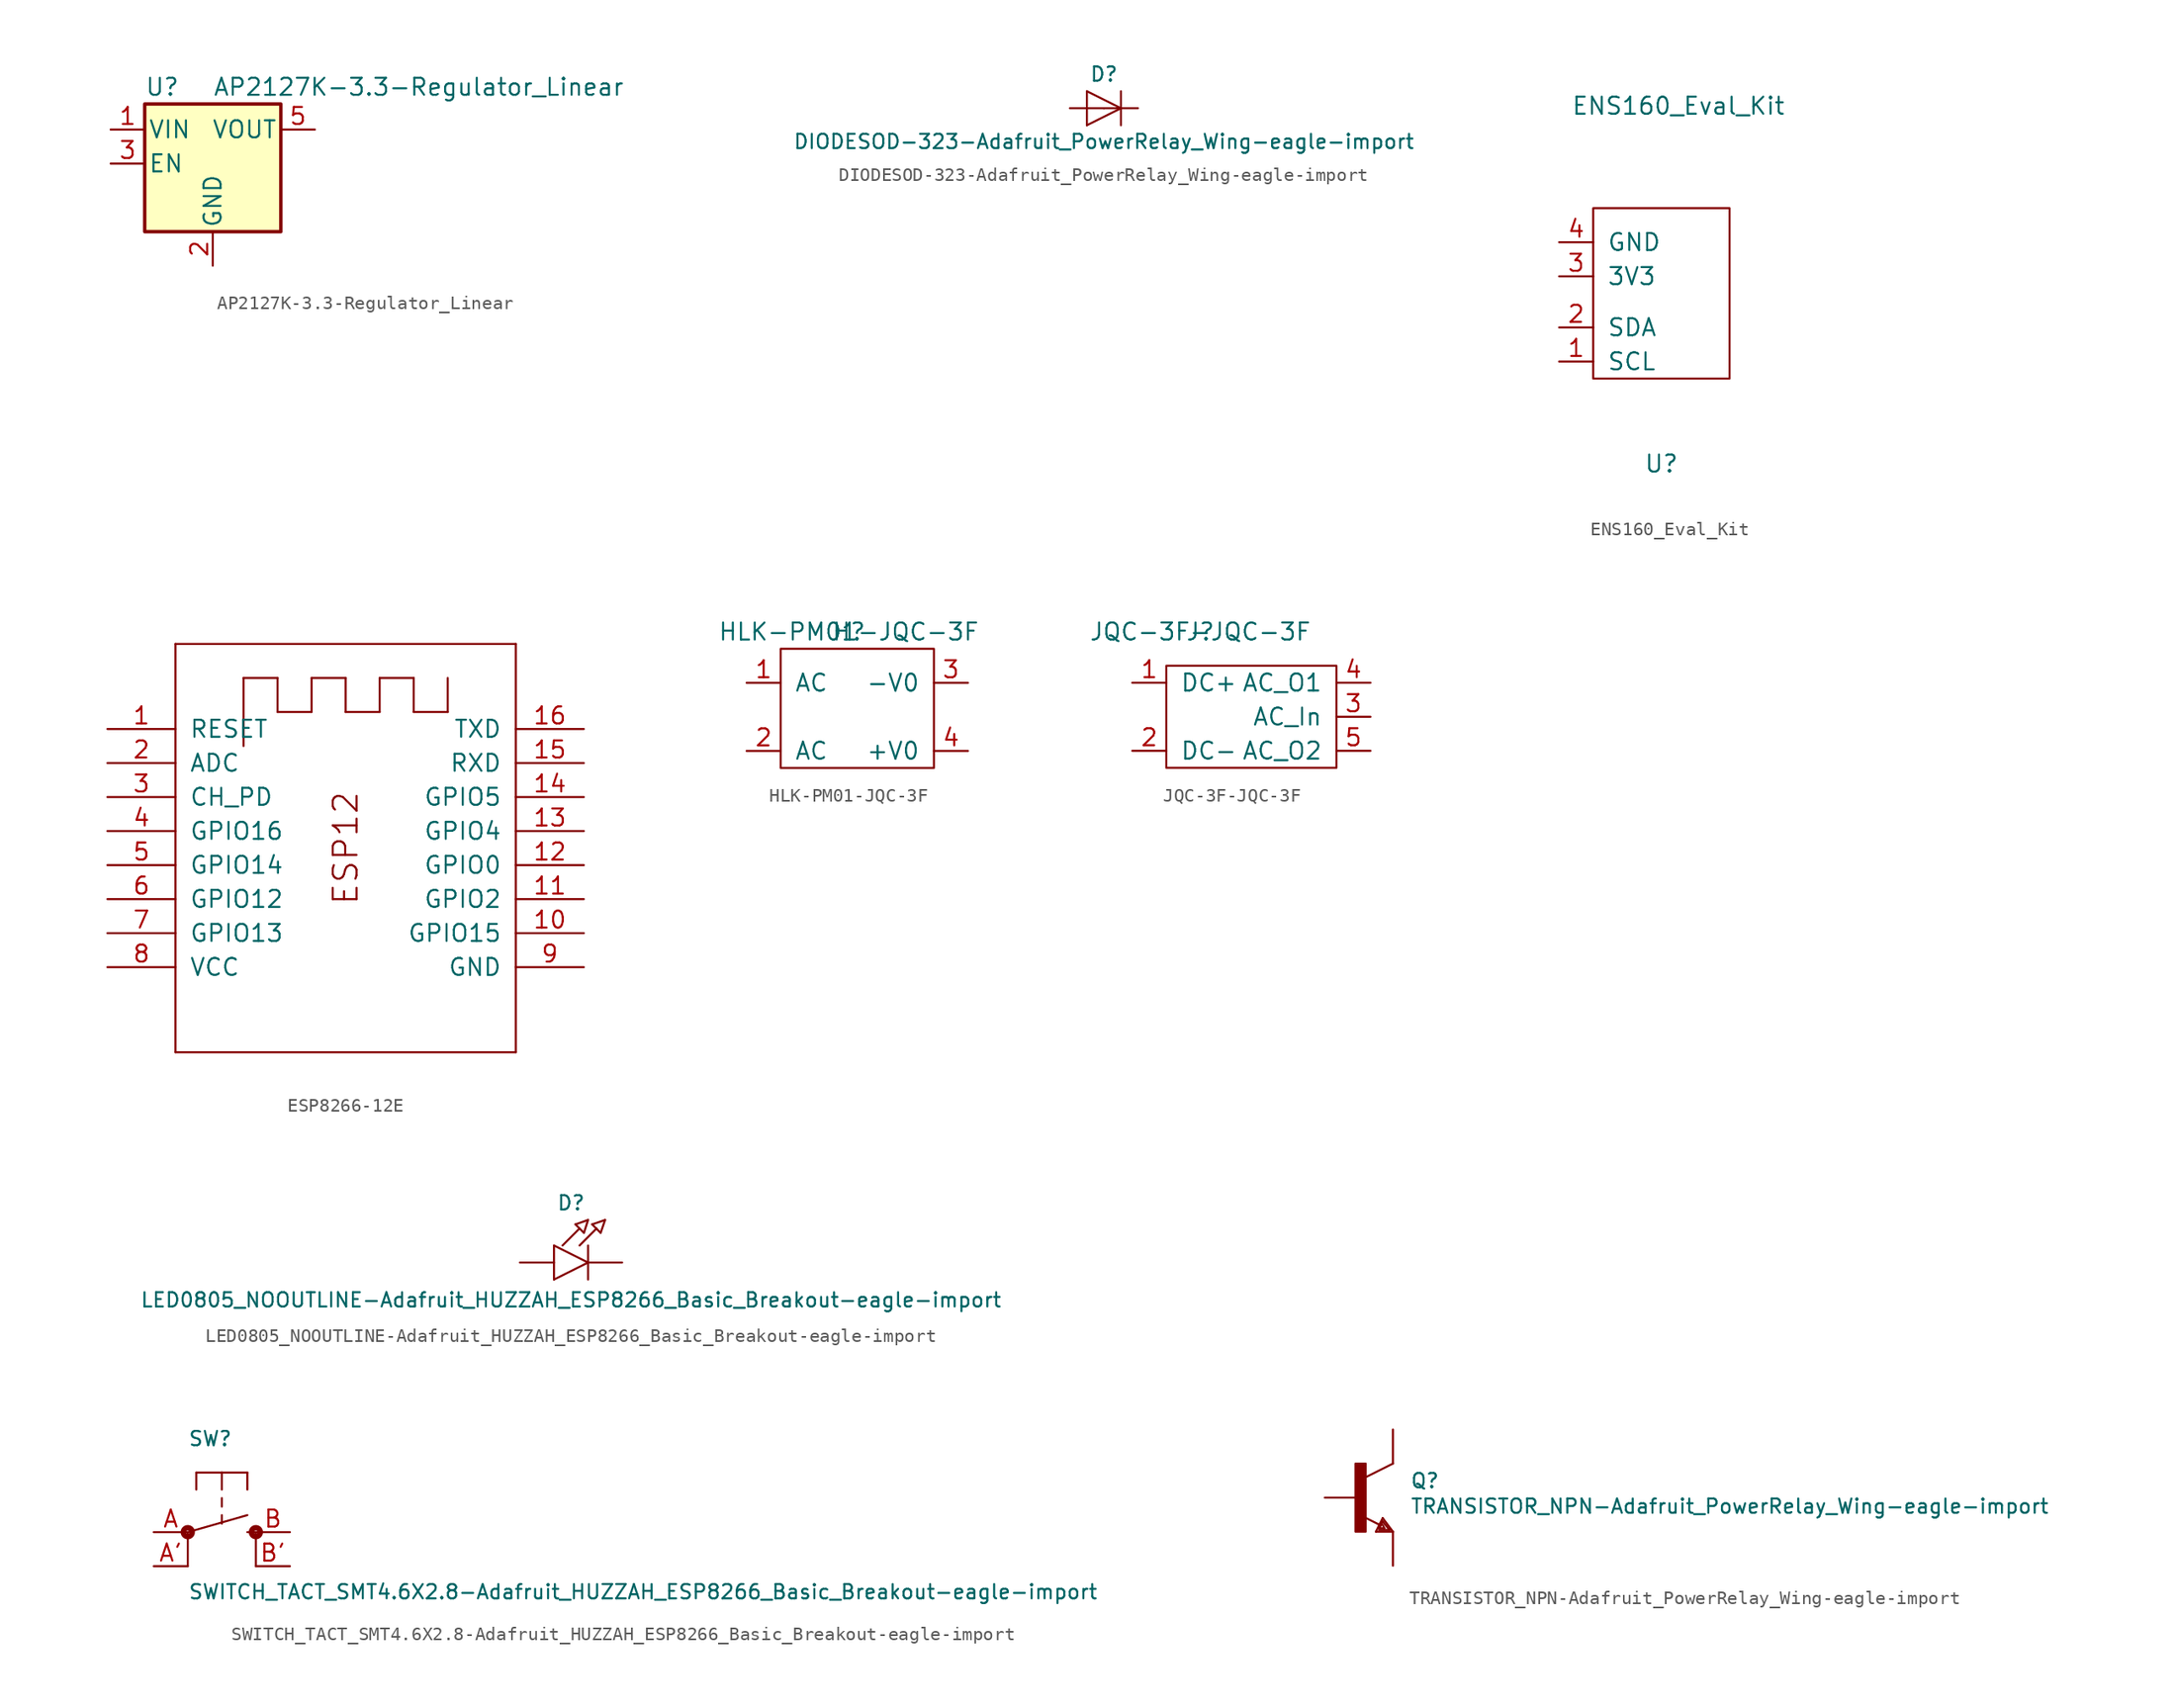
<source format=kicad_sym>
(kicad_symbol_lib
  (version 20220914)
  (generator kicad_symbol_editor)
  (symbol "AP2127K-3.3-Regulator_Linear"
    (pin_names
      (offset 0.254))
    (property "Reference" "U"
      (at -5.08 5.715 0)
      (effects (font (size 1.27 1.27)) (justify left)))
    (property "Value" "AP2127K-3.3-Regulator_Linear"
      (at 0 5.715 0)
      (effects (font (size 1.27 1.27)) (justify left)))
    (symbol "AP2127K-3.3-Regulator_Linear_0_1"
      (rectangle (start -5.08 4.445) (end 5.08 -5.08) (stroke (width 0.254) (type solid)) (fill (type background))))
    (symbol "AP2127K-3.3-Regulator_Linear_1_1"
      (pin power_in line (at -7.62 2.54 0) (length 2.54) (name "VIN" (effects (font (size 1.27 1.27)))) (number "1" (effects (font (size 1.27 1.27)))))
      (pin power_in line (at 0 -7.62 90) (length 2.54) (name "GND" (effects (font (size 1.27 1.27)))) (number "2" (effects (font (size 1.27 1.27)))))
      (pin input line (at -7.62 0 0) (length 2.54) (name "EN" (effects (font (size 1.27 1.27)))) (number "3" (effects (font (size 1.27 1.27)))))
      (pin no_connect line (at 7.62 0 180) (length 2.54) hide (name "NC" (effects (font (size 1.27 1.27)))) (number "4" (effects (font (size 1.27 1.27)))))
      (pin power_out line (at 7.62 2.54 180) (length 2.54) (name "VOUT" (effects (font (size 1.27 1.27)))) (number "5" (effects (font (size 1.27 1.27)))))))
  (symbol "DIODESOD-323-Adafruit_PowerRelay_Wing-eagle-import"
    (pin_names
      (offset 1.016))
    (property "Reference" "D"
      (at 0 2.54 0)
      (effects (font (size 1.067 1.067))))
    (property "Value" "DIODESOD-323-Adafruit_PowerRelay_Wing-eagle-import"
      (at 0 -2.489 0)
      (effects (font (size 1.067 1.067))))
    (property "ki_locked" ""
      (at 0 0 0)
      (effects (font (size 1.27 1.27))))
    (symbol "DIODESOD-323-Adafruit_PowerRelay_Wing-eagle-import_1_0"
      (polyline (pts (xy -1.27 -1.27) (xy 1.27 0)) (stroke (width 0) (type solid)) (fill (type none)))
      (polyline (pts (xy -1.27 1.27) (xy -1.27 -1.27)) (stroke (width 0) (type solid)) (fill (type none)))
      (polyline (pts (xy 1.27 0) (xy -1.27 1.27)) (stroke (width 0) (type solid)) (fill (type none)))
      (polyline (pts (xy 1.27 0) (xy 1.27 -1.27)) (stroke (width 0) (type solid)) (fill (type none)))
      (polyline (pts (xy 1.27 1.27) (xy 1.27 0)) (stroke (width 0) (type solid)) (fill (type none)))
      (pin passive line (at -2.54 0 0) (length 2.54) (name "A" (effects (font (size 0 0)))) (number "A" (effects (font (size 0 0)))))
      (pin passive line (at 2.54 0 180) (length 2.54) (name "C" (effects (font (size 0 0)))) (number "C" (effects (font (size 0 0)))))))
  (symbol "ENS160_Eval_Kit"
    (pin_names
      (offset 1.016))
    (property "Reference" "U"
      (at 0 -12.7 0)
      (effects (font (size 1.27 1.27))))
    (property "Value" "ENS160_Eval_Kit"
      (at 1.27 13.97 0)
      (effects (font (size 1.27 1.27))))
    (symbol "ENS160_Eval_Kit_0_1"
      (rectangle (start -5.08 -6.35) (end 5.08 6.35) (stroke (width 0) (type solid)) (fill (type none))))
    (symbol "ENS160_Eval_Kit_1_1"
      (pin bidirectional line (at -7.62 -5.08 0) (length 2.54) (name "SCL" (effects (font (size 1.27 1.27)))) (number "1" (effects (font (size 1.27 1.27)))))
      (pin bidirectional line (at -7.62 -2.54 0) (length 2.54) (name "SDA" (effects (font (size 1.27 1.27)))) (number "2" (effects (font (size 1.27 1.27)))))
      (pin bidirectional line (at -7.62 1.27 0) (length 2.54) (name "3V3" (effects (font (size 1.27 1.27)))) (number "3" (effects (font (size 1.27 1.27)))))
      (pin bidirectional line (at -7.62 3.81 0) (length 2.54) (name "GND" (effects (font (size 1.27 1.27)))) (number "4" (effects (font (size 1.27 1.27)))))))
  (symbol "ESP8266-12E"
    (pin_names
      (offset 1.016))
    (property "Reference" "X"
      (at 0 0 0)
      (effects (font (size 1.27 1.27)) hide))
    (property "ki_locked" ""
      (at 0 0 0)
      (effects (font (size 1.27 1.27))))
    (symbol "ESP8266-12E_1_0"
      (polyline (pts (xy -12.7 -15.24) (xy -12.7 15.24)) (stroke (width 0) (type solid)) (fill (type none)))
      (polyline (pts (xy -12.7 15.24) (xy 12.7 15.24)) (stroke (width 0) (type solid)) (fill (type none)))
      (polyline (pts (xy -7.62 7.62) (xy -7.62 12.7)) (stroke (width 0) (type solid)) (fill (type none)))
      (polyline (pts (xy -7.62 12.7) (xy -5.08 12.7)) (stroke (width 0) (type solid)) (fill (type none)))
      (polyline (pts (xy -5.08 10.16) (xy -2.54 10.16)) (stroke (width 0) (type solid)) (fill (type none)))
      (polyline (pts (xy -5.08 12.7) (xy -5.08 10.16)) (stroke (width 0) (type solid)) (fill (type none)))
      (polyline (pts (xy -2.54 10.16) (xy -2.54 12.7)) (stroke (width 0) (type solid)) (fill (type none)))
      (polyline (pts (xy -2.54 12.7) (xy 0 12.7)) (stroke (width 0) (type solid)) (fill (type none)))
      (polyline (pts (xy 0 10.16) (xy 2.54 10.16)) (stroke (width 0) (type solid)) (fill (type none)))
      (polyline (pts (xy 0 12.7) (xy 0 10.16)) (stroke (width 0) (type solid)) (fill (type none)))
      (polyline (pts (xy 2.54 10.16) (xy 2.54 12.7)) (stroke (width 0) (type solid)) (fill (type none)))
      (polyline (pts (xy 2.54 12.7) (xy 5.08 12.7)) (stroke (width 0) (type solid)) (fill (type none)))
      (polyline (pts (xy 5.08 10.16) (xy 7.62 10.16)) (stroke (width 0) (type solid)) (fill (type none)))
      (polyline (pts (xy 5.08 12.7) (xy 5.08 10.16)) (stroke (width 0) (type solid)) (fill (type none)))
      (polyline (pts (xy 7.62 10.16) (xy 7.62 12.7)) (stroke (width 0) (type solid)) (fill (type none)))
      (polyline (pts (xy 12.7 -15.24) (xy -12.7 -15.24)) (stroke (width 0) (type solid)) (fill (type none)))
      (polyline (pts (xy 12.7 15.24) (xy 12.7 -15.24)) (stroke (width 0) (type solid)) (fill (type none)))
      (text "ESP12" (at 0 0 900) (effects (font (size 1.778 1.778))))
      (pin input line (at -17.78 8.89 0) (length 5.08) (name "RESET" (effects (font (size 1.27 1.27)))) (number "1" (effects (font (size 1.27 1.27)))))
      (pin bidirectional line (at 17.78 -6.35 180) (length 5.08) (name "GPIO15" (effects (font (size 1.27 1.27)))) (number "10" (effects (font (size 1.27 1.27)))))
      (pin bidirectional line (at 17.78 -3.81 180) (length 5.08) (name "GPIO2" (effects (font (size 1.27 1.27)))) (number "11" (effects (font (size 1.27 1.27)))))
      (pin bidirectional line (at 17.78 -1.27 180) (length 5.08) (name "GPIO0" (effects (font (size 1.27 1.27)))) (number "12" (effects (font (size 1.27 1.27)))))
      (pin bidirectional line (at 17.78 1.27 180) (length 5.08) (name "GPIO4" (effects (font (size 1.27 1.27)))) (number "13" (effects (font (size 1.27 1.27)))))
      (pin bidirectional line (at 17.78 3.81 180) (length 5.08) (name "GPIO5" (effects (font (size 1.27 1.27)))) (number "14" (effects (font (size 1.27 1.27)))))
      (pin input line (at 17.78 6.35 180) (length 5.08) (name "RXD" (effects (font (size 1.27 1.27)))) (number "15" (effects (font (size 1.27 1.27)))))
      (pin output line (at 17.78 8.89 180) (length 5.08) (name "TXD" (effects (font (size 1.27 1.27)))) (number "16" (effects (font (size 1.27 1.27)))))
      (pin passive line (at -17.78 6.35 0) (length 5.08) (name "ADC" (effects (font (size 1.27 1.27)))) (number "2" (effects (font (size 1.27 1.27)))))
      (pin input line (at -17.78 3.81 0) (length 5.08) (name "CH_PD" (effects (font (size 1.27 1.27)))) (number "3" (effects (font (size 1.27 1.27)))))
      (pin bidirectional line (at -17.78 1.27 0) (length 5.08) (name "GPIO16" (effects (font (size 1.27 1.27)))) (number "4" (effects (font (size 1.27 1.27)))))
      (pin bidirectional line (at -17.78 -1.27 0) (length 5.08) (name "GPIO14" (effects (font (size 1.27 1.27)))) (number "5" (effects (font (size 1.27 1.27)))))
      (pin bidirectional line (at -17.78 -3.81 0) (length 5.08) (name "GPIO12" (effects (font (size 1.27 1.27)))) (number "6" (effects (font (size 1.27 1.27)))))
      (pin bidirectional line (at -17.78 -6.35 0) (length 5.08) (name "GPIO13" (effects (font (size 1.27 1.27)))) (number "7" (effects (font (size 1.27 1.27)))))
      (pin power_in line (at -17.78 -8.89 0) (length 5.08) (name "VCC" (effects (font (size 1.27 1.27)))) (number "8" (effects (font (size 1.27 1.27)))))
      (pin power_in line (at 17.78 -8.89 180) (length 5.08) (name "GND" (effects (font (size 1.27 1.27)))) (number "9" (effects (font (size 1.27 1.27)))))))
  (symbol "HLK-PM01-JQC-3F"
    (pin_names
      (offset 1.016))
    (property "Reference" "H"
      (at 0 0 0)
      (effects (font (size 1.27 1.27))))
    (property "Value" "HLK-PM01-JQC-3F"
      (at 0 0 0)
      (effects (font (size 1.27 1.27))))
    (symbol "HLK-PM01-JQC-3F_0_1"
      (rectangle (start -5.08 -1.27) (end 6.35 -10.16) (stroke (width 0) (type solid)) (fill (type none))))
    (symbol "HLK-PM01-JQC-3F_1_1"
      (pin input line (at -7.62 -3.81 0) (length 2.54) (name "AC" (effects (font (size 1.27 1.27)))) (number "1" (effects (font (size 1.27 1.27)))))
      (pin input line (at -7.62 -8.89 0) (length 2.54) (name "AC" (effects (font (size 1.27 1.27)))) (number "2" (effects (font (size 1.27 1.27)))))
      (pin output line (at 8.89 -3.81 180) (length 2.54) (name "-V0" (effects (font (size 1.27 1.27)))) (number "3" (effects (font (size 1.27 1.27)))))
      (pin output line (at 8.89 -8.89 180) (length 2.54) (name "+V0" (effects (font (size 1.27 1.27)))) (number "4" (effects (font (size 1.27 1.27)))))))
  (symbol "JQC-3F-JQC-3F"
    (pin_names
      (offset 1.016))
    (property "Reference" "J"
      (at 0 0 0)
      (effects (font (size 1.27 1.27))))
    (property "Value" "JQC-3F-JQC-3F"
      (at 0 0 0)
      (effects (font (size 1.27 1.27))))
    (symbol "JQC-3F-JQC-3F_0_1"
      (rectangle (start -2.54 -2.54) (end 10.16 -10.16) (stroke (width 0) (type solid)) (fill (type none))))
    (symbol "JQC-3F-JQC-3F_1_1"
      (pin input line (at -5.08 -3.81 0) (length 2.54) (name "DC+" (effects (font (size 1.27 1.27)))) (number "1" (effects (font (size 1.27 1.27)))))
      (pin input line (at -5.08 -8.89 0) (length 2.54) (name "DC-" (effects (font (size 1.27 1.27)))) (number "2" (effects (font (size 1.27 1.27)))))
      (pin input line (at 12.7 -6.35 180) (length 2.54) (name "AC_In" (effects (font (size 1.27 1.27)))) (number "3" (effects (font (size 1.27 1.27)))))
      (pin output line (at 12.7 -3.81 180) (length 2.54) (name "AC_O1" (effects (font (size 1.27 1.27)))) (number "4" (effects (font (size 1.27 1.27)))))
      (pin output line (at 12.7 -8.89 180) (length 2.54) (name "AC_O2" (effects (font (size 1.27 1.27)))) (number "5" (effects (font (size 1.27 1.27)))))))
  (symbol "LED0805_NOOUTLINE-Adafruit_HUZZAH_ESP8266_Basic_Breakout-eagle-import"
    (pin_names
      (offset 1.016))
    (property "Reference" "D"
      (at -1.27 4.445 0)
      (effects (font (size 1.067 1.067))))
    (property "Value" "LED0805_NOOUTLINE-Adafruit_HUZZAH_ESP8266_Basic_Breakout-eagle-import"
      (at -1.27 -2.794 0)
      (effects (font (size 1.067 1.067))))
    (property "ki_locked" ""
      (at 0 0 0)
      (effects (font (size 1.27 1.27))))
    (symbol "LED0805_NOOUTLINE-Adafruit_HUZZAH_ESP8266_Basic_Breakout-eagle-import_1_0"
      (polyline (pts (xy -2.54 -1.27) (xy 0 0)) (stroke (width 0) (type solid)) (fill (type none)))
      (polyline (pts (xy -2.54 1.27) (xy -2.54 -1.27)) (stroke (width 0) (type solid)) (fill (type none)))
      (polyline (pts (xy -1.905 1.27) (xy -0.635 2.54)) (stroke (width 0) (type solid)) (fill (type none)))
      (polyline (pts (xy -0.94 2.845) (xy -0.305 2.21)) (stroke (width 0) (type solid)) (fill (type none)))
      (polyline (pts (xy -0.635 1.27) (xy 0.635 2.54)) (stroke (width 0) (type solid)) (fill (type none)))
      (polyline (pts (xy -0.305 2.21) (xy 0 3.175)) (stroke (width 0) (type solid)) (fill (type none)))
      (polyline (pts (xy 0 0) (xy -2.54 1.27)) (stroke (width 0) (type solid)) (fill (type none)))
      (polyline (pts (xy 0 0) (xy 0 -1.27)) (stroke (width 0) (type solid)) (fill (type none)))
      (polyline (pts (xy 0 1.27) (xy 0 0)) (stroke (width 0) (type solid)) (fill (type none)))
      (polyline (pts (xy 0 3.175) (xy -0.94 2.845)) (stroke (width 0) (type solid)) (fill (type none)))
      (polyline (pts (xy 0.305 2.845) (xy 0.94 2.21)) (stroke (width 0) (type solid)) (fill (type none)))
      (polyline (pts (xy 0.94 2.21) (xy 1.27 3.175)) (stroke (width 0) (type solid)) (fill (type none)))
      (polyline (pts (xy 1.27 3.175) (xy 0.305 2.845)) (stroke (width 0) (type solid)) (fill (type none)))
      (pin passive line (at -5.08 0 0) (length 2.54) (name "A" (effects (font (size 0 0)))) (number "A" (effects (font (size 0 0)))))
      (pin passive line (at 2.54 0 180) (length 2.54) (name "C" (effects (font (size 0 0)))) (number "C" (effects (font (size 0 0)))))))
  (symbol "SWITCH_TACT_SMT4.6X2.8-Adafruit_HUZZAH_ESP8266_Basic_Breakout-eagle-import"
    (pin_names
      (offset 1.016))
    (property "Reference" "SW"
      (at -2.54 6.35 0)
      (effects (font (size 1.067 1.067)) (justify left bottom)))
    (property "Value" "SWITCH_TACT_SMT4.6X2.8-Adafruit_HUZZAH_ESP8266_Basic_Breakout-eagle-import"
      (at -2.54 -5.08 0)
      (effects (font (size 1.067 1.067)) (justify left bottom)))
    (property "ki_locked" ""
      (at 0 0 0)
      (effects (font (size 1.27 1.27))))
    (symbol "SWITCH_TACT_SMT4.6X2.8-Adafruit_HUZZAH_ESP8266_Basic_Breakout-eagle-import_1_0"
      (circle (center -2.54 0) (radius 0.127) (stroke (width 0.406) (type solid)) (fill (type none)))
      (polyline (pts (xy -2.54 -2.54) (xy -2.54 0)) (stroke (width 0) (type solid)) (fill (type none)))
      (polyline (pts (xy -2.54 0) (xy 1.905 1.27)) (stroke (width 0) (type solid)) (fill (type none)))
      (polyline (pts (xy -1.905 4.445) (xy -1.905 3.175)) (stroke (width 0) (type solid)) (fill (type none)))
      (polyline (pts (xy 0 1.27) (xy 0 0.635)) (stroke (width 0) (type solid)) (fill (type none)))
      (polyline (pts (xy 0 2.54) (xy 0 1.905)) (stroke (width 0) (type solid)) (fill (type none)))
      (polyline (pts (xy 0 4.445) (xy -1.905 4.445)) (stroke (width 0) (type solid)) (fill (type none)))
      (polyline (pts (xy 0 4.445) (xy 0 3.175)) (stroke (width 0) (type solid)) (fill (type none)))
      (polyline (pts (xy 1.905 0) (xy 2.54 0)) (stroke (width 0) (type solid)) (fill (type none)))
      (polyline (pts (xy 1.905 4.445) (xy 0 4.445)) (stroke (width 0) (type solid)) (fill (type none)))
      (polyline (pts (xy 1.905 4.445) (xy 1.905 3.175)) (stroke (width 0) (type solid)) (fill (type none)))
      (polyline (pts (xy 2.54 -2.54) (xy 2.54 0)) (stroke (width 0) (type solid)) (fill (type none)))
      (circle (center 2.54 0) (radius 0.127) (stroke (width 0.406) (type solid)) (fill (type none)))
      (pin passive line (at -5.08 0 0) (length 2.54) (name "P" (effects (font (size 0 0)))) (number "A" (effects (font (size 1.27 1.27)))))
      (pin passive line (at -5.08 -2.54 0) (length 2.54) (name "P1" (effects (font (size 0 0)))) (number "A'" (effects (font (size 1.27 1.27)))))
      (pin passive line (at 5.08 0 180) (length 2.54) (name "S" (effects (font (size 0 0)))) (number "B" (effects (font (size 1.27 1.27)))))
      (pin passive line (at 5.08 -2.54 180) (length 2.54) (name "S1" (effects (font (size 0 0)))) (number "B'" (effects (font (size 1.27 1.27)))))))
  (symbol "TRANSISTOR_NPN-Adafruit_PowerRelay_Wing-eagle-import"
    (pin_names
      (offset 1.016))
    (property "Reference" "Q"
      (at 1.27 0.635 0)
      (effects (font (size 1.067 1.067)) (justify left bottom)))
    (property "Value" "TRANSISTOR_NPN-Adafruit_PowerRelay_Wing-eagle-import"
      (at 1.27 -1.27 0)
      (effects (font (size 1.067 1.067)) (justify left bottom)))
    (property "ki_locked" ""
      (at 0 0 0)
      (effects (font (size 1.27 1.27))))
    (symbol "TRANSISTOR_NPN-Adafruit_PowerRelay_Wing-eagle-import_1_0"
      (rectangle (start -2.794 -2.54) (end -2.032 2.54) (stroke (width 0) (type solid)) (fill (type outline)))
      (polyline (pts (xy -1.27 -2.54) (xy -0.762 -1.524)) (stroke (width 0) (type solid)) (fill (type none)))
      (polyline (pts (xy -1.016 -2.413) (xy -0.254 -2.413)) (stroke (width 0) (type solid)) (fill (type none)))
      (polyline (pts (xy -1.016 -2.286) (xy -0.635 -2.286)) (stroke (width 0) (type solid)) (fill (type none)))
      (polyline (pts (xy -0.991 -2.032) (xy -2.21 -1.422)) (stroke (width 0) (type solid)) (fill (type none)))
      (polyline (pts (xy -0.762 -1.778) (xy -1.016 -2.286)) (stroke (width 0) (type solid)) (fill (type none)))
      (polyline (pts (xy -0.762 -1.524) (xy 0 -2.54)) (stroke (width 0) (type solid)) (fill (type none)))
      (polyline (pts (xy -0.635 -2.286) (xy -0.762 -2.032)) (stroke (width 0) (type solid)) (fill (type none)))
      (polyline (pts (xy -0.254 -2.413) (xy -0.762 -1.778)) (stroke (width 0) (type solid)) (fill (type none)))
      (polyline (pts (xy 0 -2.54) (xy -1.27 -2.54)) (stroke (width 0) (type solid)) (fill (type none)))
      (polyline (pts (xy 0 2.54) (xy -2.032 1.524)) (stroke (width 0) (type solid)) (fill (type none)))
      (pin passive line (at -5.08 0 0) (length 2.54) (name "B" (effects (font (size 0 0)))) (number "1" (effects (font (size 0 0)))))
      (pin passive line (at 0 -5.08 90) (length 2.54) (name "E" (effects (font (size 0 0)))) (number "2" (effects (font (size 0 0)))))
      (pin passive line (at 0 5.08 270) (length 2.54) (name "C" (effects (font (size 0 0)))) (number "3" (effects (font (size 0 0))))))))
</source>
